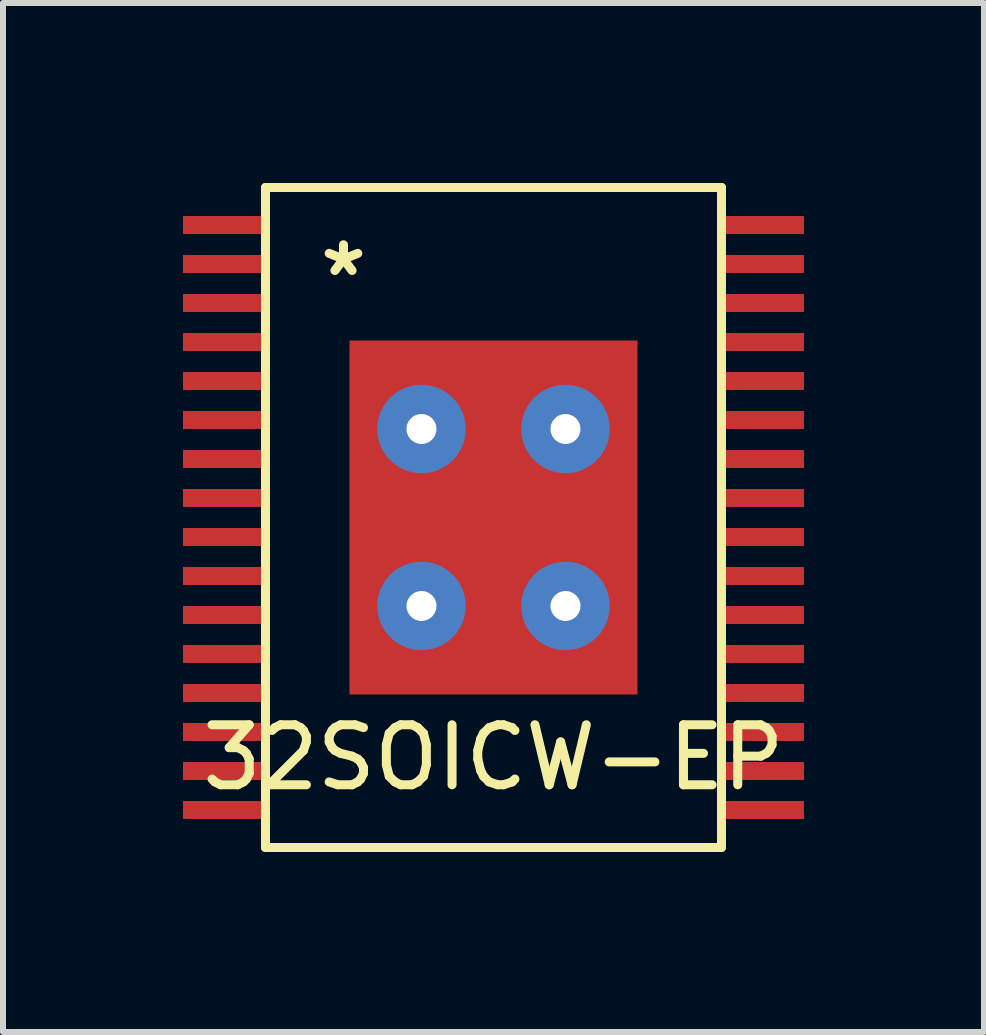
<source format=kicad_pcb>
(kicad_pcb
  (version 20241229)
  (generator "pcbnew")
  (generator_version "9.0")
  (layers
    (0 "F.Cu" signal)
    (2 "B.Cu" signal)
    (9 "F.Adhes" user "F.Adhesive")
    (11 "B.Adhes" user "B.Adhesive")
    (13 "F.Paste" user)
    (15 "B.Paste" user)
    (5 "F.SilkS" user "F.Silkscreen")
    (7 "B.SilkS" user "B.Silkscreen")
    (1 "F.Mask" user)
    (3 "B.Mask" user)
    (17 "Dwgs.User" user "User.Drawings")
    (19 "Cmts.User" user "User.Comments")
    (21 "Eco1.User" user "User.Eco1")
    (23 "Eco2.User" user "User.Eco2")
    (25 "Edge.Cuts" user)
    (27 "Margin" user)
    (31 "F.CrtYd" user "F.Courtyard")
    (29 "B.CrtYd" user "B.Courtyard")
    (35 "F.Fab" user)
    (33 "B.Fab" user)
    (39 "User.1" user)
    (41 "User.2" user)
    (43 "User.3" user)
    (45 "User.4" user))
  (footprint "32SOICW-EP"
    (layer "F.Cu")
    (at 5.175 5.575)
    (property "Reference" "32SOICW-EP" (at 0 4 0) (layer "F.SilkS") (effects (font (size 1 1) (thickness 0.15))))
    (attr through_hole)
    (fp_line (start -3.8 -5.5) (end 3.8 -5.5) (stroke (width 0.15) (type solid)) (layer "F.SilkS"))
    (fp_line (start -3.8 5.5) (end -3.8 -5.5) (stroke (width 0.15) (type solid)) (layer "F.SilkS"))
    (fp_line (start 3.8 -5.5) (end 3.8 5.5) (stroke (width 0.15) (type solid)) (layer "F.SilkS"))
    (fp_line (start 3.8 5.5) (end -3.8 5.5) (stroke (width 0.15) (type solid)) (layer "F.SilkS"))
    (fp_text user "*" (at -2.5 -4 0) (layer "F.SilkS") (effects (font (size 1 1) (thickness 0.15))))
    (pad "" thru_hole circle (at -1.2 -1.475) (size 1.475 1.475) (drill 0.5) (layers "*.Cu" "*.Mask"))
    (pad "" thru_hole circle (at -1.2 1.475) (size 1.475 1.475) (drill 0.5) (layers "*.Cu" "*.Mask"))
    (pad "" thru_hole circle (at 1.2 -1.475) (size 1.475 1.475) (drill 0.5) (layers "*.Cu" "*.Mask"))
    (pad "" thru_hole circle (at 1.2 1.475) (size 1.475 1.475) (drill 0.5) (layers "*.Cu" "*.Mask"))
    (pad "1" smd rect (at -4.5 -4.875) (size 1.35 0.3) (layers "F.Cu" "F.Mask" "F.Paste"))
    (pad "2" smd rect (at -4.5 -4.225) (size 1.35 0.3) (layers "F.Cu" "F.Mask" "F.Paste"))
    (pad "3" smd rect (at -4.5 -3.575) (size 1.35 0.3) (layers "F.Cu" "F.Mask" "F.Paste"))
    (pad "4" smd rect (at -4.5 -2.925) (size 1.35 0.3) (layers "F.Cu" "F.Mask" "F.Paste"))
    (pad "5" smd rect (at -4.5 -2.275) (size 1.35 0.3) (layers "F.Cu" "F.Mask" "F.Paste"))
    (pad "6" smd rect (at -4.5 -1.625) (size 1.35 0.3) (layers "F.Cu" "F.Mask" "F.Paste"))
    (pad "7" smd rect (at -4.5 -0.975) (size 1.35 0.3) (layers "F.Cu" "F.Mask" "F.Paste"))
    (pad "8" smd rect (at -4.5 -0.325) (size 1.35 0.3) (layers "F.Cu" "F.Mask" "F.Paste"))
    (pad "9" smd rect (at -4.5 0.325) (size 1.35 0.3) (layers "F.Cu" "F.Mask" "F.Paste"))
    (pad "10" smd rect (at -4.5 0.975) (size 1.35 0.3) (layers "F.Cu" "F.Mask" "F.Paste"))
    (pad "11" smd rect (at -4.5 1.625) (size 1.35 0.3) (layers "F.Cu" "F.Mask" "F.Paste"))
    (pad "12" smd rect (at -4.5 2.275) (size 1.35 0.3) (layers "F.Cu" "F.Mask" "F.Paste"))
    (pad "13" smd rect (at -4.5 2.925) (size 1.35 0.3) (layers "F.Cu" "F.Mask" "F.Paste"))
    (pad "14" smd rect (at -4.5 3.575) (size 1.35 0.3) (layers "F.Cu" "F.Mask" "F.Paste"))
    (pad "15" smd rect (at -4.5 4.225) (size 1.35 0.3) (layers "F.Cu" "F.Mask" "F.Paste"))
    (pad "16" smd rect (at -4.5 4.875) (size 1.35 0.3) (layers "F.Cu" "F.Mask" "F.Paste"))
    (pad "17" smd rect (at 4.5 4.875) (size 1.35 0.3) (layers "F.Cu" "F.Mask" "F.Paste"))
    (pad "18" smd rect (at 4.5 4.225) (size 1.35 0.3) (layers "F.Cu" "F.Mask" "F.Paste"))
    (pad "19" smd rect (at 4.5 3.575) (size 1.35 0.3) (layers "F.Cu" "F.Mask" "F.Paste"))
    (pad "20" smd rect (at 4.5 2.925) (size 1.35 0.3) (layers "F.Cu" "F.Mask" "F.Paste"))
    (pad "21" smd rect (at 4.5 2.275) (size 1.35 0.3) (layers "F.Cu" "F.Mask" "F.Paste"))
    (pad "22" smd rect (at 4.5 1.625) (size 1.35 0.3) (layers "F.Cu" "F.Mask" "F.Paste"))
    (pad "23" smd rect (at 4.5 0.975) (size 1.35 0.3) (layers "F.Cu" "F.Mask" "F.Paste"))
    (pad "24" smd rect (at 4.5 0.325) (size 1.35 0.3) (layers "F.Cu" "F.Mask" "F.Paste"))
    (pad "25" smd rect (at 4.5 -0.325) (size 1.35 0.3) (layers "F.Cu" "F.Mask" "F.Paste"))
    (pad "26" smd rect (at 4.5 -0.975) (size 1.35 0.3) (layers "F.Cu" "F.Mask" "F.Paste"))
    (pad "27" smd rect (at 4.5 -1.625) (size 1.35 0.3) (layers "F.Cu" "F.Mask" "F.Paste"))
    (pad "28" smd rect (at 4.5 -2.275) (size 1.35 0.3) (layers "F.Cu" "F.Mask" "F.Paste"))
    (pad "29" smd rect (at 4.5 -2.925) (size 1.35 0.3) (layers "F.Cu" "F.Mask" "F.Paste"))
    (pad "30" smd rect (at 4.5 -3.575) (size 1.35 0.3) (layers "F.Cu" "F.Mask" "F.Paste"))
    (pad "31" smd rect (at 4.5 -4.225) (size 1.35 0.3) (layers "F.Cu" "F.Mask" "F.Paste"))
    (pad "32" smd rect (at 4.5 -4.875) (size 1.35 0.3) (layers "F.Cu" "F.Mask" "F.Paste"))
    (pad "33" smd rect (at 0 0) (size 4.8 5.9) (layers "F.Cu" "F.Mask" "F.Paste")))
  (gr_rect
    (start -3 -3)
    (end 13.35 14.15)
    (stroke (width 0.1) (type default))
    (fill no)
    (layer "Edge.Cuts")))
</source>
